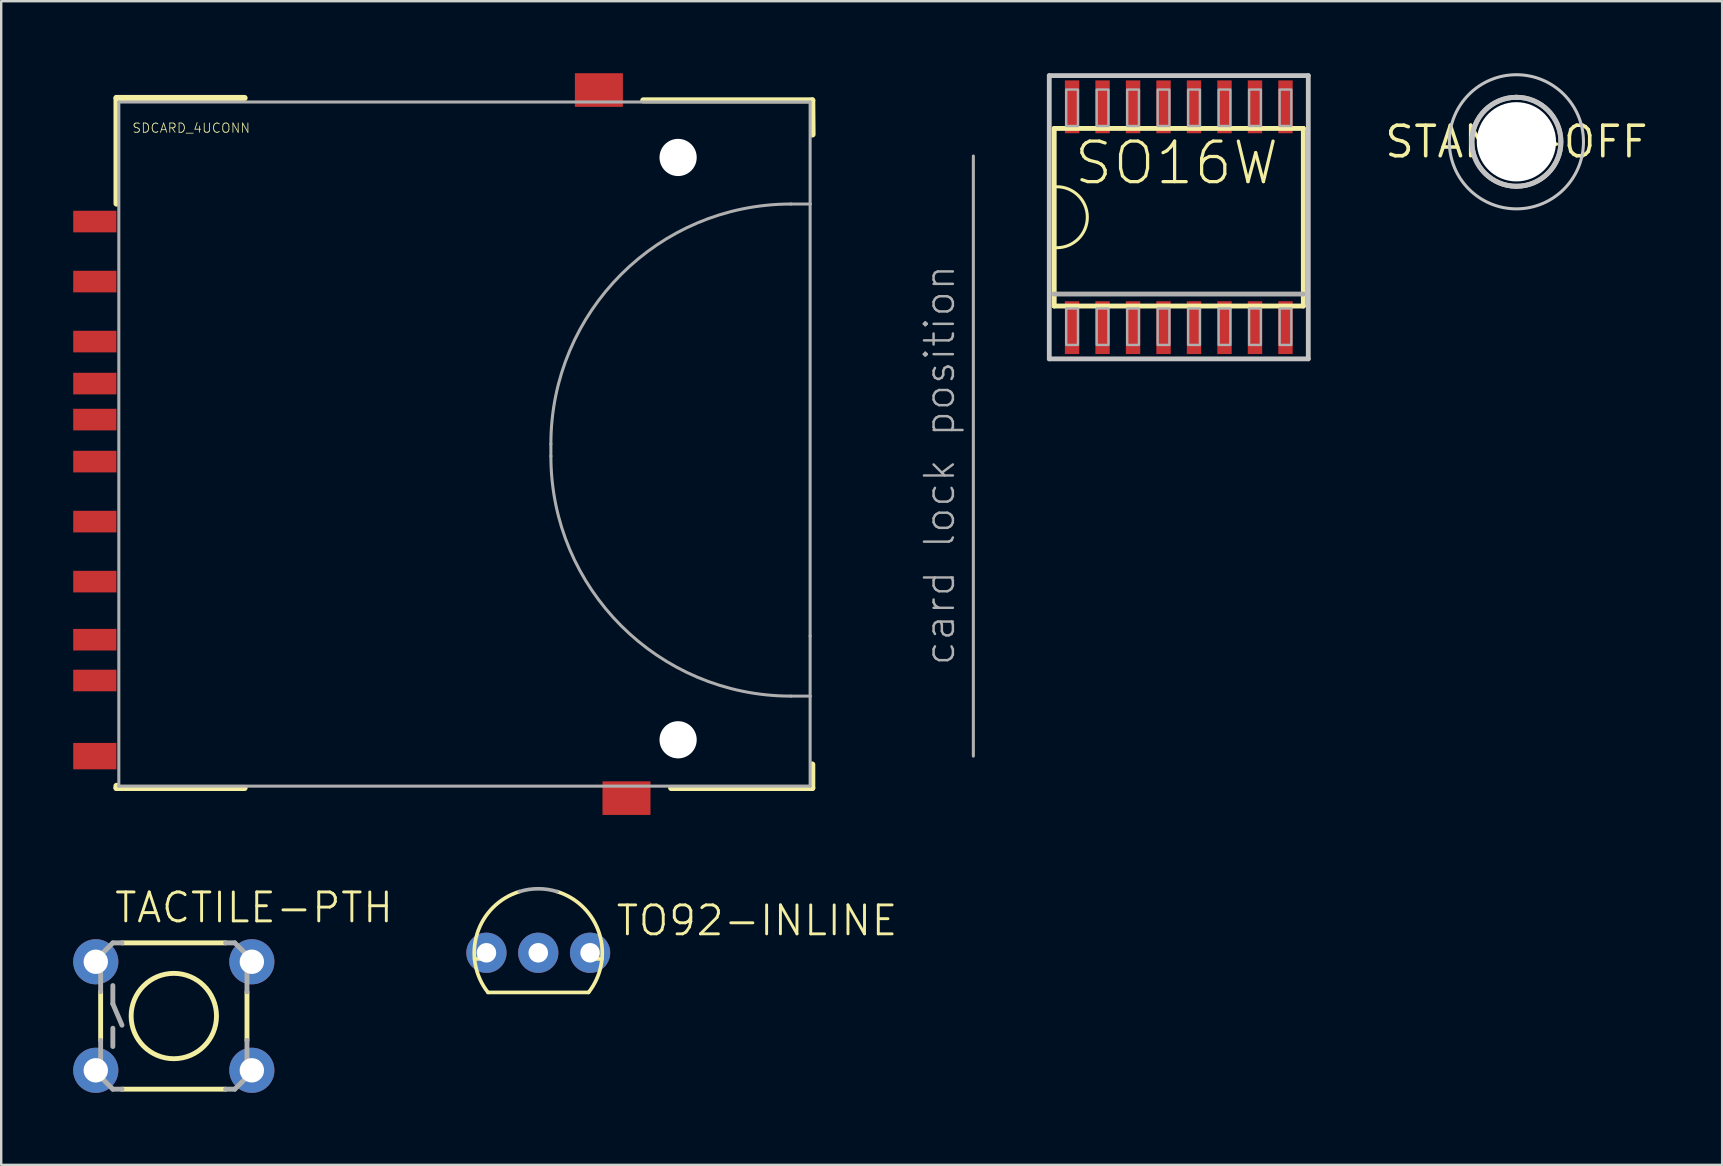
<source format=kicad_pcb>
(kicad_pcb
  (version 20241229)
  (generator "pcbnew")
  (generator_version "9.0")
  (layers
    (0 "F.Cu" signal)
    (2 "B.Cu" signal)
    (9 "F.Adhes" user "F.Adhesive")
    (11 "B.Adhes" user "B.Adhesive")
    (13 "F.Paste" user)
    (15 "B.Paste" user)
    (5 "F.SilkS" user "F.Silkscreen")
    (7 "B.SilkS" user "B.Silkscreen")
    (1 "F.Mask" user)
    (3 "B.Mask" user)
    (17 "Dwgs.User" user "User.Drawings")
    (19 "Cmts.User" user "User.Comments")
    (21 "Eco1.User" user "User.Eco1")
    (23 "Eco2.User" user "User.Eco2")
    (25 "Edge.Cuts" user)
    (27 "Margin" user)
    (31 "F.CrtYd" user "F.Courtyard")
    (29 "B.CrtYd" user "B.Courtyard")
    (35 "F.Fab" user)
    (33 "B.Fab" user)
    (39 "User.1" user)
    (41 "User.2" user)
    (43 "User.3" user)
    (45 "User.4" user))
  (footprint "STAND-OFF"
    (layer "F.Cu")
    (at 60.124 2.857)
    (property "Reference" "STAND-OFF" (at 0 0 0) (layer "F.SilkS") (effects (font (size 1.27 1.27) (thickness 0.15))))
    (attr through_hole)
    (fp_arc (start 0 -1.8542) (mid 1.8542 0) (end 0 1.8542) (stroke (width 0.2032) (type solid)) (layer "Dwgs.User"))
    (fp_arc (start 0 -1.8542) (mid 1.8542 0) (end 0 1.8542) (stroke (width 0.2032) (type solid)) (layer "Dwgs.User"))
    (fp_arc (start 0 1.8542) (mid -1.8542 0) (end 0 -1.8542) (stroke (width 0.2032) (type solid)) (layer "Dwgs.User"))
    (fp_arc (start 0 1.8542) (mid -1.8542 0) (end 0 -1.8542) (stroke (width 0.2032) (type solid)) (layer "Dwgs.User"))
    (fp_circle (center 0 0) (end 2.794 0) (stroke (width 0.127) (type solid)) (fill no) (layer "Dwgs.User"))
    (pad "" np_thru_hole circle (at 0 0) (size 3.302 3.302) (drill 3.302) (layers "*.Cu" "*.Mask")))
  (footprint "TACTILE-PTH"
    (layer "F.Cu")
    (at 4.191 39.278)
    (property "Reference" "TACTILE-PTH" (at -2.54 -3.81 0) (layer "F.SilkS") (effects (font (size 1.206 1.206) (thickness 0.121)) (justify left bottom)))
    (attr through_hole)
    (fp_line (start -3.048 -1.028) (end -3.048 1.016) (stroke (width 0.203) (type solid)) (layer "F.SilkS"))
    (fp_line (start -2.159 3.048) (end 2.159 3.048) (stroke (width 0.203) (type solid)) (layer "F.SilkS"))
    (fp_line (start 2.159 -3.048) (end -2.159 -3.048) (stroke (width 0.203) (type solid)) (layer "F.SilkS"))
    (fp_line (start 3.048 -0.998) (end 3.048 1.016) (stroke (width 0.203) (type solid)) (layer "F.SilkS"))
    (fp_circle (center 0 0) (end 1.778 0) (stroke (width 0.203) (type solid)) (fill no) (layer "F.SilkS"))
    (fp_line (start -3.048 -2.54) (end -3.048 -1.016) (stroke (width 0.203) (type solid)) (layer "F.Fab"))
    (fp_line (start -3.048 2.54) (end -3.048 1.016) (stroke (width 0.203) (type solid)) (layer "F.Fab"))
    (fp_line (start -2.54 -3.048) (end -3.048 -2.54) (stroke (width 0.203) (type solid)) (layer "F.Fab"))
    (fp_line (start -2.54 -3.048) (end -2.159 -3.048) (stroke (width 0.203) (type solid)) (layer "F.Fab"))
    (fp_line (start -2.54 -1.27) (end -2.54 -0.508) (stroke (width 0.203) (type solid)) (layer "F.Fab"))
    (fp_line (start -2.54 -0.508) (end -2.159 0.381) (stroke (width 0.203) (type solid)) (layer "F.Fab"))
    (fp_line (start -2.54 0.508) (end -2.54 1.27) (stroke (width 0.203) (type solid)) (layer "F.Fab"))
    (fp_line (start -2.54 3.048) (end -3.048 2.54) (stroke (width 0.203) (type solid)) (layer "F.Fab"))
    (fp_line (start -2.54 3.048) (end -2.159 3.048) (stroke (width 0.203) (type solid)) (layer "F.Fab"))
    (fp_line (start 2.54 -3.048) (end 2.159 -3.048) (stroke (width 0.203) (type solid)) (layer "F.Fab"))
    (fp_line (start 2.54 3.048) (end 2.159 3.048) (stroke (width 0.203) (type solid)) (layer "F.Fab"))
    (fp_line (start 2.54 3.048) (end 3.048 2.54) (stroke (width 0.203) (type solid)) (layer "F.Fab"))
    (fp_line (start 3.048 -2.54) (end 2.54 -3.048) (stroke (width 0.203) (type solid)) (layer "F.Fab"))
    (fp_line (start 3.048 -1.016) (end 3.048 -2.54) (stroke (width 0.203) (type solid)) (layer "F.Fab"))
    (fp_line (start 3.048 2.54) (end 3.048 1.016) (stroke (width 0.203) (type solid)) (layer "F.Fab"))
    (pad "1" thru_hole circle (at -3.251 -2.261) (size 1.88 1.88) (drill 1.016) (layers "*.Cu" "*.Mask"))
    (pad "2" thru_hole circle (at 3.251 -2.261) (size 1.88 1.88) (drill 1.016) (layers "*.Cu" "*.Mask"))
    (pad "3" thru_hole circle (at -3.251 2.261) (size 1.88 1.88) (drill 1.016) (layers "*.Cu" "*.Mask"))
    (pad "4" thru_hole circle (at 3.251 2.261) (size 1.88 1.88) (drill 1.016) (layers "*.Cu" "*.Mask")))
  (footprint "SO16W"
    (layer "F.Cu")
    (at 46.058 6)
    (property "Reference" "SO16W" (at -4.445 -1.27 0) (layer "F.SilkS") (effects (font (size 1.689 1.689) (thickness 0.135)) (justify left bottom)))
    (attr through_hole)
    (fp_line (start -5.19 -3.7) (end 5.19 -3.7) (stroke (width 0.203) (type solid)) (layer "F.SilkS"))
    (fp_line (start -5.19 3.2) (end -5.19 -3.7) (stroke (width 0.203) (type solid)) (layer "F.SilkS"))
    (fp_line (start -5.19 3.7) (end -5.19 3.2) (stroke (width 0.203) (type solid)) (layer "F.SilkS"))
    (fp_line (start 5.19 -3.7) (end 5.19 3.2) (stroke (width 0.203) (type solid)) (layer "F.SilkS"))
    (fp_line (start 5.19 3.2) (end 5.19 3.7) (stroke (width 0.203) (type solid)) (layer "F.SilkS"))
    (fp_line (start 5.19 3.7) (end -5.19 3.7) (stroke (width 0.203) (type solid)) (layer "F.SilkS"))
    (fp_arc (start -5.08 -1.27) (mid -3.81 0) (end -5.08 1.27) (stroke (width 0.127) (type solid)) (layer "F.SilkS"))
    (fp_line (start -5.395 -5.9) (end 5.395 -5.9) (stroke (width 0.2) (type solid)) (layer "Dwgs.User"))
    (fp_line (start -5.395 5.9) (end -5.395 -5.9) (stroke (width 0.2) (type solid)) (layer "Dwgs.User"))
    (fp_line (start 5.395 -5.9) (end 5.395 5.9) (stroke (width 0.2) (type solid)) (layer "Dwgs.User"))
    (fp_line (start 5.395 5.9) (end -5.395 5.9) (stroke (width 0.2) (type solid)) (layer "Dwgs.User"))
    (fp_line (start 5.19 3.2) (end -5.19 3.2) (stroke (width 0.203) (type solid)) (layer "F.Fab"))
    (fp_poly (pts (xy -4.69 -3.8) (xy -4.2 -3.8) (xy -4.2 -5.32) (xy -4.69 -5.32)) (stroke (width 0.1) (type solid)) (fill no) (layer "F.Fab"))
    (fp_poly (pts (xy -4.69 5.32) (xy -4.2 5.32) (xy -4.2 3.8) (xy -4.69 3.8)) (stroke (width 0.1) (type solid)) (fill no) (layer "F.Fab"))
    (fp_poly (pts (xy -3.42 -3.8) (xy -2.93 -3.8) (xy -2.93 -5.32) (xy -3.42 -5.32)) (stroke (width 0.1) (type solid)) (fill no) (layer "F.Fab"))
    (fp_poly (pts (xy -3.42 5.32) (xy -2.93 5.32) (xy -2.93 3.8) (xy -3.42 3.8)) (stroke (width 0.1) (type solid)) (fill no) (layer "F.Fab"))
    (fp_poly (pts (xy -2.15 -3.8) (xy -1.66 -3.8) (xy -1.66 -5.32) (xy -2.15 -5.32)) (stroke (width 0.1) (type solid)) (fill no) (layer "F.Fab"))
    (fp_poly (pts (xy -2.15 5.32) (xy -1.66 5.32) (xy -1.66 3.8) (xy -2.15 3.8)) (stroke (width 0.1) (type solid)) (fill no) (layer "F.Fab"))
    (fp_poly (pts (xy -0.88 -3.8) (xy -0.39 -3.8) (xy -0.39 -5.32) (xy -0.88 -5.32)) (stroke (width 0.1) (type solid)) (fill no) (layer "F.Fab"))
    (fp_poly (pts (xy -0.88 5.32) (xy -0.39 5.32) (xy -0.39 3.8) (xy -0.88 3.8)) (stroke (width 0.1) (type solid)) (fill no) (layer "F.Fab"))
    (fp_poly (pts (xy 0.39 -3.8) (xy 0.88 -3.8) (xy 0.88 -5.32) (xy 0.39 -5.32)) (stroke (width 0.1) (type solid)) (fill no) (layer "F.Fab"))
    (fp_poly (pts (xy 0.39 5.32) (xy 0.88 5.32) (xy 0.88 3.8) (xy 0.39 3.8)) (stroke (width 0.1) (type solid)) (fill no) (layer "F.Fab"))
    (fp_poly (pts (xy 1.66 -3.8) (xy 2.15 -3.8) (xy 2.15 -5.32) (xy 1.66 -5.32)) (stroke (width 0.1) (type solid)) (fill no) (layer "F.Fab"))
    (fp_poly (pts (xy 1.66 5.32) (xy 2.15 5.32) (xy 2.15 3.8) (xy 1.66 3.8)) (stroke (width 0.1) (type solid)) (fill no) (layer "F.Fab"))
    (fp_poly (pts (xy 2.93 -3.8) (xy 3.42 -3.8) (xy 3.42 -5.32) (xy 2.93 -5.32)) (stroke (width 0.1) (type solid)) (fill no) (layer "F.Fab"))
    (fp_poly (pts (xy 2.93 5.32) (xy 3.42 5.32) (xy 3.42 3.8) (xy 2.93 3.8)) (stroke (width 0.1) (type solid)) (fill no) (layer "F.Fab"))
    (fp_poly (pts (xy 4.2 -3.8) (xy 4.69 -3.8) (xy 4.69 -5.32) (xy 4.2 -5.32)) (stroke (width 0.1) (type solid)) (fill no) (layer "F.Fab"))
    (fp_poly (pts (xy 4.2 5.32) (xy 4.69 5.32) (xy 4.69 3.8) (xy 4.2 3.8)) (stroke (width 0.1) (type solid)) (fill no) (layer "F.Fab"))
    (pad "1" smd rect (at -4.445 4.6) (size 0.6 2.2) (layers "F.Cu" "F.Mask" "F.Paste"))
    (pad "2" smd rect (at -3.175 4.6) (size 0.6 2.2) (layers "F.Cu" "F.Mask" "F.Paste"))
    (pad "3" smd rect (at -1.905 4.6) (size 0.6 2.2) (layers "F.Cu" "F.Mask" "F.Paste"))
    (pad "4" smd rect (at -0.635 4.6) (size 0.6 2.2) (layers "F.Cu" "F.Mask" "F.Paste"))
    (pad "5" smd rect (at 0.635 4.6) (size 0.6 2.2) (layers "F.Cu" "F.Mask" "F.Paste"))
    (pad "6" smd rect (at 1.905 4.6) (size 0.6 2.2) (layers "F.Cu" "F.Mask" "F.Paste"))
    (pad "7" smd rect (at 3.175 4.6) (size 0.6 2.2) (layers "F.Cu" "F.Mask" "F.Paste"))
    (pad "8" smd rect (at 4.445 4.6) (size 0.6 2.2) (layers "F.Cu" "F.Mask" "F.Paste"))
    (pad "9" smd rect (at 4.445 -4.6) (size 0.6 2.2) (layers "F.Cu" "F.Mask" "F.Paste"))
    (pad "10" smd rect (at 3.175 -4.6) (size 0.6 2.2) (layers "F.Cu" "F.Mask" "F.Paste"))
    (pad "11" smd rect (at 1.905 -4.6) (size 0.6 2.2) (layers "F.Cu" "F.Mask" "F.Paste"))
    (pad "12" smd rect (at 0.635 -4.6) (size 0.6 2.2) (layers "F.Cu" "F.Mask" "F.Paste"))
    (pad "13" smd rect (at -0.635 -4.6) (size 0.6 2.2) (layers "F.Cu" "F.Mask" "F.Paste"))
    (pad "14" smd rect (at -1.905 -4.6) (size 0.6 2.2) (layers "F.Cu" "F.Mask" "F.Paste"))
    (pad "15" smd rect (at -3.175 -4.6) (size 0.6 2.2) (layers "F.Cu" "F.Mask" "F.Paste"))
    (pad "16" smd rect (at -4.445 -4.6) (size 0.6 2.2) (layers "F.Cu" "F.Mask" "F.Paste")))
  (footprint "TO92-INLINE"
    (layer "F.Cu")
    (at 19.374 36.643)
    (property "Reference" "TO92-INLINE" (at 3.175 -0.635 0) (layer "F.SilkS") (effects (font (size 1.206 1.206) (thickness 0.121)) (justify left bottom)))
    (attr through_hole)
    (fp_line (start -2.655 0.254) (end -2.254 0.254) (stroke (width 0.152) (type solid)) (layer "F.SilkS"))
    (fp_line (start -2.095 1.651) (end 2.095 1.651) (stroke (width 0.152) (type solid)) (layer "F.SilkS"))
    (fp_line (start 2.254 0.254) (end 2.655 0.254) (stroke (width 0.152) (type solid)) (layer "F.SilkS"))
    (fp_arc (start -2.0946 1.651) (mid -2.54634 -0.793276) (end -0.786301 -2.548501) (stroke (width 0.1524) (type solid)) (layer "F.SilkS"))
    (fp_arc (start 0.7868 -2.5484) (mid 2.54677 -0.793202) (end 2.095 1.650999) (stroke (width 0.1524) (type solid)) (layer "F.SilkS"))
    (fp_arc (start -0.7863 -2.5485) (mid 0 -2.667043) (end 0.7863 -2.5485) (stroke (width 0.1524) (type solid)) (layer "F.Fab"))
    (pad "1" thru_hole circle (at -2.159 0) (size 1.676 1.676) (drill 0.813) (layers "*.Cu" "*.Mask"))
    (pad "2" thru_hole circle (at 0 0) (size 1.676 1.676) (drill 0.813) (layers "*.Cu" "*.Mask"))
    (pad "3" thru_hole circle (at 2.159 0) (size 1.676 1.676) (drill 0.813) (layers "*.Cu" "*.Mask")))
  (footprint "SDCARD_4UCONN"
    (layer "F.Cu")
    (at 1.9 15.45)
    (property "Reference" "SDCARD_4UCONN" (at 0.54 -12.94 0) (layer "F.SilkS") (effects (font (size 0.386 0.386) (thickness 0.033)) (justify left bottom)))
    (attr through_hole)
    (fp_line (start -0.095 -14.418) (end 5.239 -14.418) (stroke (width 0.254) (type solid)) (layer "F.SilkS"))
    (fp_line (start -0.095 -10.019) (end -0.095 -14.418) (stroke (width 0.254) (type solid)) (layer "F.SilkS"))
    (fp_line (start -0.095 14.238) (end -0.095 14.327) (stroke (width 0.254) (type solid)) (layer "F.SilkS"))
    (fp_line (start -0.095 14.327) (end 5.239 14.327) (stroke (width 0.254) (type solid)) (layer "F.SilkS"))
    (fp_line (start 21.849 -14.318) (end 28.888 -14.318) (stroke (width 0.254) (type solid)) (layer "F.SilkS"))
    (fp_line (start 23.011 14.327) (end 28.888 14.327) (stroke (width 0.254) (type solid)) (layer "F.SilkS"))
    (fp_line (start 28.888 -14.318) (end 28.9 -12.9) (stroke (width 0.254) (type solid)) (layer "F.SilkS"))
    (fp_line (start 28.888 14.327) (end 28.888 13.349) (stroke (width 0.254) (type solid)) (layer "F.SilkS"))
    (fp_line (start 0 -14.25) (end 28.8 -14.25) (stroke (width 0.127) (type solid)) (layer "F.Fab"))
    (fp_line (start 0 14.25) (end 0 -14.25) (stroke (width 0.127) (type solid)) (layer "F.Fab"))
    (fp_line (start 18 0) (end 18 0.5) (stroke (width 0.127) (type solid)) (layer "F.Fab"))
    (fp_line (start 28 10.5) (end 28.8 10.5) (stroke (width 0.127) (type solid)) (layer "F.Fab"))
    (fp_line (start 28.8 -14.25) (end 28.8 -10) (stroke (width 0.127) (type solid)) (layer "F.Fab"))
    (fp_line (start 28.8 -10) (end 28 -10) (stroke (width 0.127) (type solid)) (layer "F.Fab"))
    (fp_line (start 28.8 -10) (end 28.8 8) (stroke (width 0.127) (type solid)) (layer "F.Fab"))
    (fp_line (start 28.8 8) (end 28.8 10.5) (stroke (width 0.127) (type solid)) (layer "F.Fab"))
    (fp_line (start 28.8 10.5) (end 28.8 14.25) (stroke (width 0.127) (type solid)) (layer "F.Fab"))
    (fp_line (start 28.8 14.25) (end 0 14.25) (stroke (width 0.127) (type solid)) (layer "F.Fab"))
    (fp_line (start 35.6 -12) (end 35.6 13) (stroke (width 0.127) (type solid)) (layer "F.Fab"))
    (fp_arc (start 18 0) (mid 20.928932 -7.071068) (end 28 -10) (stroke (width 0.127) (type solid)) (layer "F.Fab"))
    (fp_arc (start 28 10.5) (mid 20.928931 7.571068) (end 17.999999 0.499999) (stroke (width 0.127) (type solid)) (layer "F.Fab"))
    (fp_text user "card lock position" (at 34.9 9.3 90) (layer "F.Fab") (effects (font (size 1.206 1.206) (thickness 0.102)) (justify left bottom)))
    (pad "" np_thru_hole circle (at 23.3 -11.94) (size 1.55 1.55) (drill 1.55) (layers "*.Cu" "*.Mask"))
    (pad "" np_thru_hole circle (at 23.3 12.32) (size 1.55 1.55) (drill 1.55) (layers "*.Cu" "*.Mask"))
    (pad "1" smd rect (at -1 -6.77) (size 1.8 0.9) (layers "F.Cu" "F.Mask" "F.Paste"))
    (pad "2" smd rect (at -1 -4.27) (size 1.8 0.9) (layers "F.Cu" "F.Mask" "F.Paste"))
    (pad "3" smd rect (at -1 -2.52) (size 1.8 0.9) (layers "F.Cu" "F.Mask" "F.Paste"))
    (pad "4" smd rect (at -1 0.73) (size 1.8 0.9) (layers "F.Cu" "F.Mask" "F.Paste"))
    (pad "5" smd rect (at -1 3.23) (size 1.8 0.9) (layers "F.Cu" "F.Mask" "F.Paste"))
    (pad "6" smd rect (at -1 5.73) (size 1.8 0.9) (layers "F.Cu" "F.Mask" "F.Paste"))
    (pad "7" smd rect (at -1 8.15) (size 1.8 0.9) (layers "F.Cu" "F.Mask" "F.Paste"))
    (pad "8" smd rect (at -1 9.85) (size 1.8 0.9) (layers "F.Cu" "F.Mask" "F.Paste"))
    (pad "9" smd rect (at -1 -9.27) (size 1.8 0.9) (layers "F.Cu" "F.Mask" "F.Paste"))
    (pad "CD" smd rect (at -1 -1.02) (size 1.8 0.9) (layers "F.Cu" "F.Mask" "F.Paste"))
    (pad "SH@1" smd rect (at 20 -14.75) (size 2 1.4) (layers "F.Cu" "F.Mask" "F.Paste"))
    (pad "SH@2" smd rect (at 21.15 14.75) (size 2 1.4) (layers "F.Cu" "F.Mask" "F.Paste"))
    (pad "WP" smd rect (at -1 13) (size 1.8 1.1) (layers "F.Cu" "F.Mask" "F.Paste")))
  (gr_rect
    (start -3 -3)
    (end 68.695 45.479)
    (stroke (width 0.1) (type default))
    (fill no)
    (layer "Edge.Cuts")))
</source>
